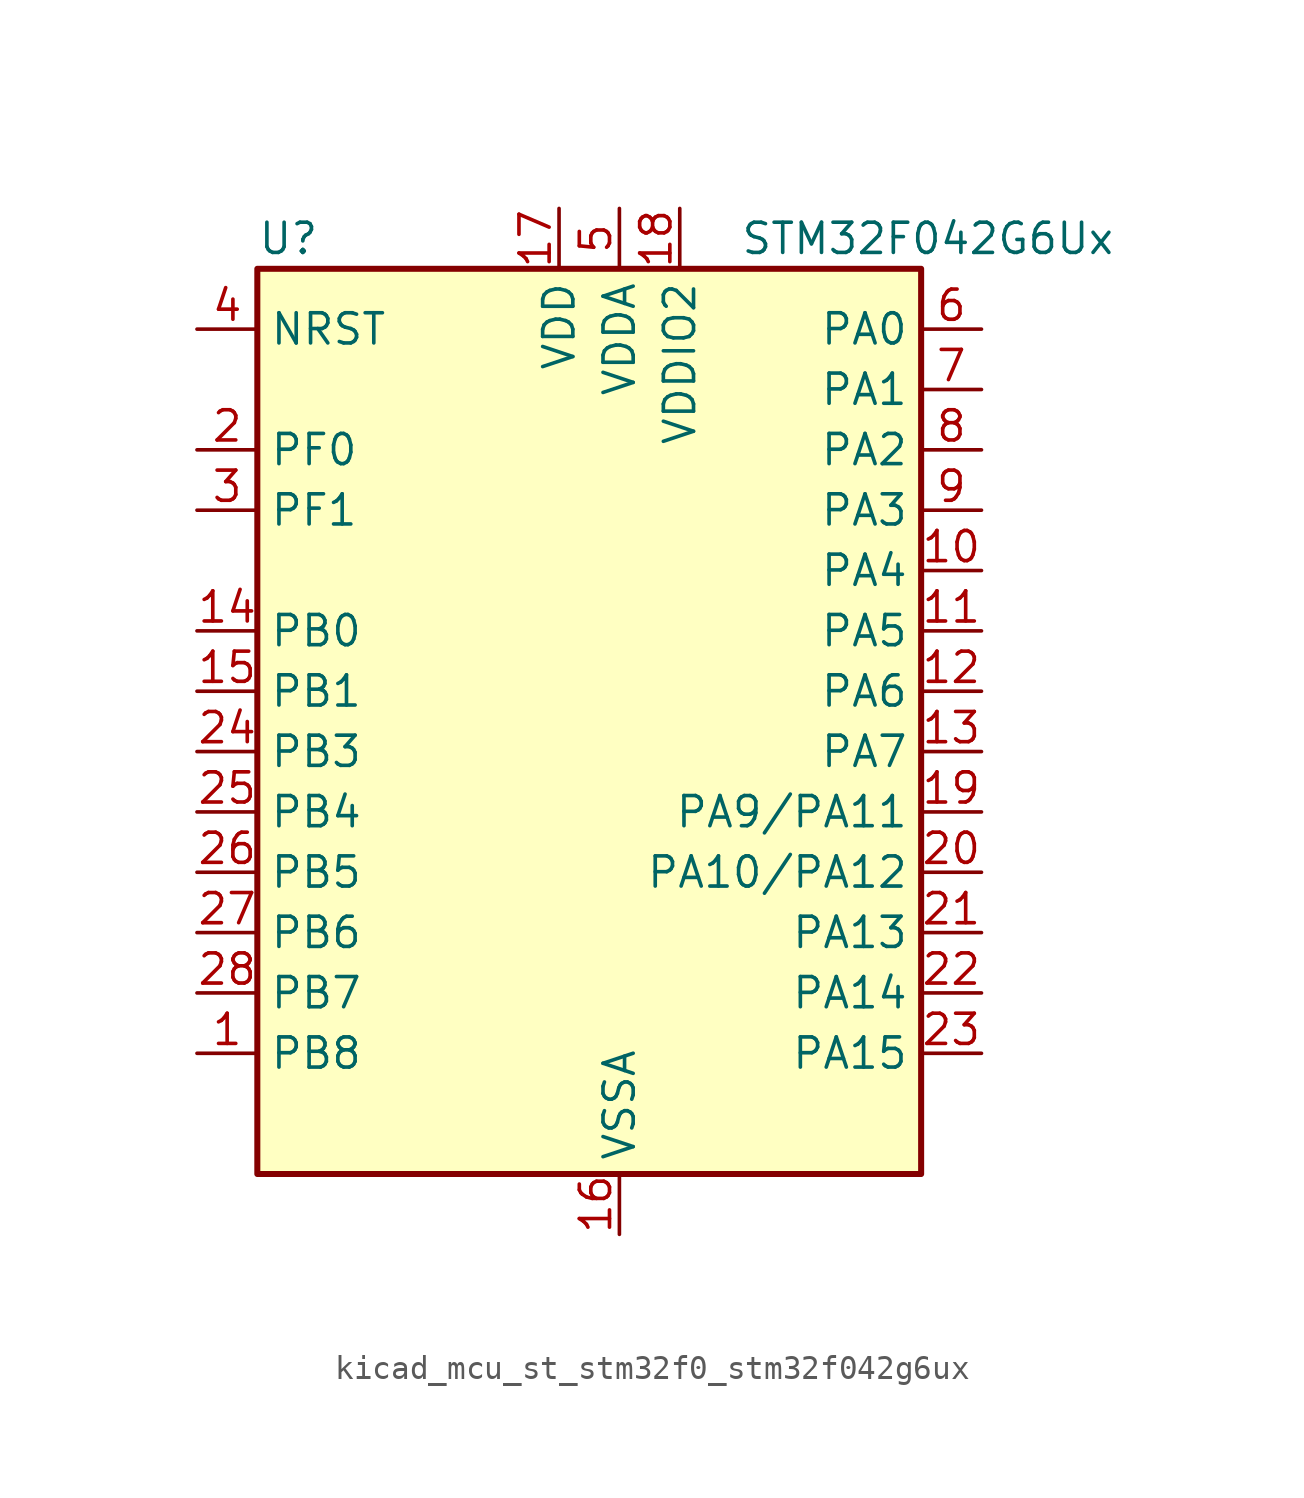
<source format=kicad_sym>
(kicad_symbol_lib
  (version 20220914)
  (generator kicad_symbol_editor)
  (symbol "kicad_mcu_st_stm32f0_stm32f042g6ux"
    (property "Reference" "U"
      (at -12.7 21.59 0)
      (effects (font (size 1.27 1.27)) (justify left)))
    (property "Value" "STM32F042G6Ux"
      (at 7.62 21.59 0)
      (effects (font (size 1.27 1.27)) (justify left)))
    (property "ki_locked" ""
      (at 0 0 0)
      (effects (font (size 1.27 1.27))))
    (symbol "kicad_mcu_st_stm32f0_stm32f042g6ux_0_1"
      (rectangle (start -12.7 -17.78) (end 15.24 20.32) (stroke (width 0.254) (type default)) (fill (type background))))
    (symbol "kicad_mcu_st_stm32f0_stm32f042g6ux_1_1"
      (pin bidirectional line (at -15.24 -12.7 0) (length 2.54) (name "PB8" (effects (font (size 1.27 1.27)))) (number "1" (effects (font (size 1.27 1.27)))) (alternate "CAN_RX" bidirectional line) (alternate "CEC" bidirectional line) (alternate "I2C1_SCL" bidirectional line) (alternate "TIM16_CH1" bidirectional line) (alternate "TSC_SYNC" bidirectional line))
      (pin bidirectional line (at 17.78 7.62 180) (length 2.54) (name "PA4" (effects (font (size 1.27 1.27)))) (number "10" (effects (font (size 1.27 1.27)))) (alternate "ADC_IN4" bidirectional line) (alternate "I2S1_WS" bidirectional line) (alternate "SPI1_NSS" bidirectional line) (alternate "TIM14_CH1" bidirectional line) (alternate "TSC_G2_IO1" bidirectional line) (alternate "USART2_CK" bidirectional line) (alternate "USB_NOE" bidirectional line))
      (pin bidirectional line (at 17.78 5.08 180) (length 2.54) (name "PA5" (effects (font (size 1.27 1.27)))) (number "11" (effects (font (size 1.27 1.27)))) (alternate "ADC_IN5" bidirectional line) (alternate "CEC" bidirectional line) (alternate "I2S1_CK" bidirectional line) (alternate "SPI1_SCK" bidirectional line) (alternate "TIM2_CH1" bidirectional line) (alternate "TIM2_ETR" bidirectional line) (alternate "TSC_G2_IO2" bidirectional line))
      (pin bidirectional line (at 17.78 2.54 180) (length 2.54) (name "PA6" (effects (font (size 1.27 1.27)))) (number "12" (effects (font (size 1.27 1.27)))) (alternate "ADC_IN6" bidirectional line) (alternate "I2S1_MCK" bidirectional line) (alternate "SPI1_MISO" bidirectional line) (alternate "TIM16_CH1" bidirectional line) (alternate "TIM1_BKIN" bidirectional line) (alternate "TIM3_CH1" bidirectional line) (alternate "TSC_G2_IO3" bidirectional line))
      (pin bidirectional line (at 17.78 0 180) (length 2.54) (name "PA7" (effects (font (size 1.27 1.27)))) (number "13" (effects (font (size 1.27 1.27)))) (alternate "ADC_IN7" bidirectional line) (alternate "I2S1_SD" bidirectional line) (alternate "SPI1_MOSI" bidirectional line) (alternate "TIM14_CH1" bidirectional line) (alternate "TIM17_CH1" bidirectional line) (alternate "TIM1_CH1N" bidirectional line) (alternate "TIM3_CH2" bidirectional line) (alternate "TSC_G2_IO4" bidirectional line))
      (pin bidirectional line (at -15.24 5.08 0) (length 2.54) (name "PB0" (effects (font (size 1.27 1.27)))) (number "14" (effects (font (size 1.27 1.27)))) (alternate "ADC_IN8" bidirectional line) (alternate "TIM1_CH2N" bidirectional line) (alternate "TIM3_CH3" bidirectional line) (alternate "TSC_G3_IO2" bidirectional line))
      (pin bidirectional line (at -15.24 2.54 0) (length 2.54) (name "PB1" (effects (font (size 1.27 1.27)))) (number "15" (effects (font (size 1.27 1.27)))) (alternate "ADC_IN9" bidirectional line) (alternate "TIM14_CH1" bidirectional line) (alternate "TIM1_CH3N" bidirectional line) (alternate "TIM3_CH4" bidirectional line) (alternate "TSC_G3_IO3" bidirectional line))
      (pin power_in line (at 2.54 -20.32 90) (length 2.54) (name "VSSA" (effects (font (size 1.27 1.27)))) (number "16" (effects (font (size 1.27 1.27)))))
      (pin power_in line (at 0 22.86 270) (length 2.54) (name "VDD" (effects (font (size 1.27 1.27)))) (number "17" (effects (font (size 1.27 1.27)))))
      (pin power_in line (at 5.08 22.86 270) (length 2.54) (name "VDDIO2" (effects (font (size 1.27 1.27)))) (number "18" (effects (font (size 1.27 1.27)))))
      (pin bidirectional line (at 17.78 -2.54 180) (length 2.54) (name "PA9/PA11" (effects (font (size 1.27 1.27)))) (number "19" (effects (font (size 1.27 1.27)))) (alternate "I2C1_SCL" bidirectional line) (alternate "TIM1_CH2" bidirectional line) (alternate "TSC_G4_IO1" bidirectional line) (alternate "USART1_TX" bidirectional line))
      (pin bidirectional line (at -15.24 12.7 0) (length 2.54) (name "PF0" (effects (font (size 1.27 1.27)))) (number "2" (effects (font (size 1.27 1.27)))) (alternate "CRS_SYNC" bidirectional line) (alternate "I2C1_SDA" bidirectional line) (alternate "RCC_OSC_IN" bidirectional line))
      (pin bidirectional line (at 17.78 -5.08 180) (length 2.54) (name "PA10/PA12" (effects (font (size 1.27 1.27)))) (number "20" (effects (font (size 1.27 1.27)))) (alternate "I2C1_SDA" bidirectional line) (alternate "TIM17_BKIN" bidirectional line) (alternate "TIM1_CH3" bidirectional line) (alternate "TSC_G4_IO2" bidirectional line) (alternate "USART1_RX" bidirectional line))
      (pin bidirectional line (at 17.78 -7.62 180) (length 2.54) (name "PA13" (effects (font (size 1.27 1.27)))) (number "21" (effects (font (size 1.27 1.27)))) (alternate "IR_OUT" bidirectional line) (alternate "SYS_SWDIO" bidirectional line) (alternate "USB_NOE" bidirectional line))
      (pin bidirectional line (at 17.78 -10.16 180) (length 2.54) (name "PA14" (effects (font (size 1.27 1.27)))) (number "22" (effects (font (size 1.27 1.27)))) (alternate "SYS_SWCLK" bidirectional line) (alternate "USART2_TX" bidirectional line))
      (pin bidirectional line (at 17.78 -12.7 180) (length 2.54) (name "PA15" (effects (font (size 1.27 1.27)))) (number "23" (effects (font (size 1.27 1.27)))) (alternate "I2S1_WS" bidirectional line) (alternate "SPI1_NSS" bidirectional line) (alternate "TIM2_CH1" bidirectional line) (alternate "TIM2_ETR" bidirectional line) (alternate "USART2_RX" bidirectional line) (alternate "USB_NOE" bidirectional line))
      (pin bidirectional line (at -15.24 0 0) (length 2.54) (name "PB3" (effects (font (size 1.27 1.27)))) (number "24" (effects (font (size 1.27 1.27)))) (alternate "I2S1_CK" bidirectional line) (alternate "SPI1_SCK" bidirectional line) (alternate "TIM2_CH2" bidirectional line) (alternate "TSC_G5_IO1" bidirectional line))
      (pin bidirectional line (at -15.24 -2.54 0) (length 2.54) (name "PB4" (effects (font (size 1.27 1.27)))) (number "25" (effects (font (size 1.27 1.27)))) (alternate "I2S1_MCK" bidirectional line) (alternate "SPI1_MISO" bidirectional line) (alternate "TIM17_BKIN" bidirectional line) (alternate "TIM3_CH1" bidirectional line) (alternate "TSC_G5_IO2" bidirectional line))
      (pin bidirectional line (at -15.24 -5.08 0) (length 2.54) (name "PB5" (effects (font (size 1.27 1.27)))) (number "26" (effects (font (size 1.27 1.27)))) (alternate "I2C1_SMBA" bidirectional line) (alternate "I2S1_SD" bidirectional line) (alternate "SPI1_MOSI" bidirectional line) (alternate "SYS_WKUP6" bidirectional line) (alternate "TIM16_BKIN" bidirectional line) (alternate "TIM3_CH2" bidirectional line))
      (pin bidirectional line (at -15.24 -7.62 0) (length 2.54) (name "PB6" (effects (font (size 1.27 1.27)))) (number "27" (effects (font (size 1.27 1.27)))) (alternate "I2C1_SCL" bidirectional line) (alternate "TIM16_CH1N" bidirectional line) (alternate "TSC_G5_IO3" bidirectional line) (alternate "USART1_TX" bidirectional line))
      (pin bidirectional line (at -15.24 -10.16 0) (length 2.54) (name "PB7" (effects (font (size 1.27 1.27)))) (number "28" (effects (font (size 1.27 1.27)))) (alternate "I2C1_SDA" bidirectional line) (alternate "TIM17_CH1N" bidirectional line) (alternate "TSC_G5_IO4" bidirectional line) (alternate "USART1_RX" bidirectional line))
      (pin bidirectional line (at -15.24 10.16 0) (length 2.54) (name "PF1" (effects (font (size 1.27 1.27)))) (number "3" (effects (font (size 1.27 1.27)))) (alternate "I2C1_SCL" bidirectional line) (alternate "RCC_OSC_OUT" bidirectional line))
      (pin input line (at -15.24 17.78 0) (length 2.54) (name "NRST" (effects (font (size 1.27 1.27)))) (number "4" (effects (font (size 1.27 1.27)))))
      (pin power_in line (at 2.54 22.86 270) (length 2.54) (name "VDDA" (effects (font (size 1.27 1.27)))) (number "5" (effects (font (size 1.27 1.27)))))
      (pin bidirectional line (at 17.78 17.78 180) (length 2.54) (name "PA0" (effects (font (size 1.27 1.27)))) (number "6" (effects (font (size 1.27 1.27)))) (alternate "ADC_IN0" bidirectional line) (alternate "RTC_TAMP2" bidirectional line) (alternate "SYS_WKUP1" bidirectional line) (alternate "TIM2_CH1" bidirectional line) (alternate "TIM2_ETR" bidirectional line) (alternate "TSC_G1_IO1" bidirectional line) (alternate "USART2_CTS" bidirectional line))
      (pin bidirectional line (at 17.78 15.24 180) (length 2.54) (name "PA1" (effects (font (size 1.27 1.27)))) (number "7" (effects (font (size 1.27 1.27)))) (alternate "ADC_IN1" bidirectional line) (alternate "TIM2_CH2" bidirectional line) (alternate "TSC_G1_IO2" bidirectional line) (alternate "USART2_DE" bidirectional line) (alternate "USART2_RTS" bidirectional line))
      (pin bidirectional line (at 17.78 12.7 180) (length 2.54) (name "PA2" (effects (font (size 1.27 1.27)))) (number "8" (effects (font (size 1.27 1.27)))) (alternate "ADC_IN2" bidirectional line) (alternate "SYS_WKUP4" bidirectional line) (alternate "TIM2_CH3" bidirectional line) (alternate "TSC_G1_IO3" bidirectional line) (alternate "USART2_TX" bidirectional line))
      (pin bidirectional line (at 17.78 10.16 180) (length 2.54) (name "PA3" (effects (font (size 1.27 1.27)))) (number "9" (effects (font (size 1.27 1.27)))) (alternate "ADC_IN3" bidirectional line) (alternate "TIM2_CH4" bidirectional line) (alternate "TSC_G1_IO4" bidirectional line) (alternate "USART2_RX" bidirectional line)))))
</source>
